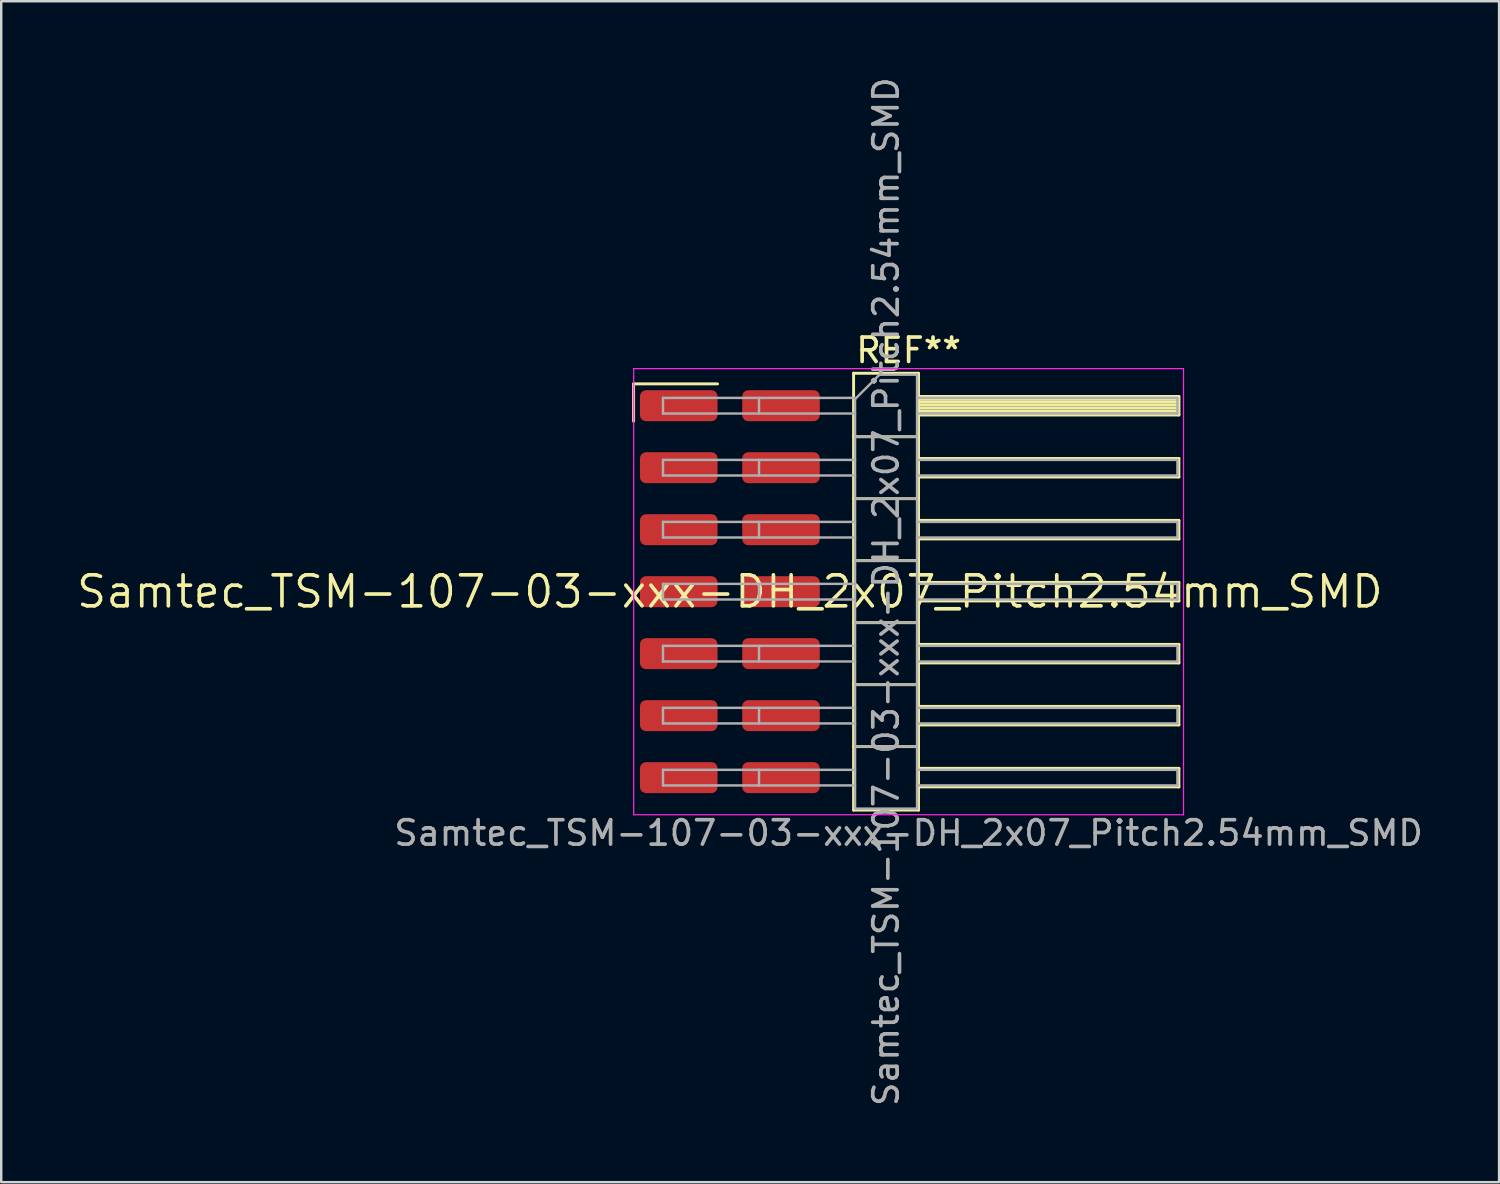
<source format=kicad_pcb>
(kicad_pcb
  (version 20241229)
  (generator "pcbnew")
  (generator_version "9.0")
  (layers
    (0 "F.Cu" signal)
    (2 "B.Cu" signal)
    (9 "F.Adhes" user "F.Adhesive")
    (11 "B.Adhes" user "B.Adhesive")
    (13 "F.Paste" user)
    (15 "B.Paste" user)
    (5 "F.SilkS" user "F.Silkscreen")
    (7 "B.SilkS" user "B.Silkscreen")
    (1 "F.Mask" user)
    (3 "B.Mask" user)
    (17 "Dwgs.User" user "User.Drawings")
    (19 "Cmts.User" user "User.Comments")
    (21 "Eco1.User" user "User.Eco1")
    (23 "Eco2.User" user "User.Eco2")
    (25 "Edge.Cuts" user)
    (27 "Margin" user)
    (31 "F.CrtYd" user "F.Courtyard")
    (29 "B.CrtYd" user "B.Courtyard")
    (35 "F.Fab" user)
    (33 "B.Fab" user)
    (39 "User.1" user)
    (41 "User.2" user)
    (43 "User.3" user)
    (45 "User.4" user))
  (footprint "Samtec_TSM-107-03-xxx-DH_2x07_Pitch2.54mm_SMD"
    (layer "F.Cu")
    (at 26.859 21.196)
    (property "Reference" "Samtec_TSM-107-03-xxx-DH_2x07_Pitch2.54mm_SMD" (at 0 0 0) (layer "F.SilkS") (effects (font (size 1.27 1.27) (thickness 0.15))))
    (attr smd)
    (fp_line (start -3.945 -8.515) (end -0.505 -8.515) (stroke (width 0.12) (type solid)) (layer "F.SilkS"))
    (fp_line (start -3.945 -6.985) (end -3.945 -8.515) (stroke (width 0.12) (type solid)) (layer "F.SilkS"))
    (fp_line (start 5.07 -8.95) (end 7.73 -8.95) (stroke (width 0.12) (type solid)) (layer "F.SilkS"))
    (fp_line (start 5.07 -6.35) (end 7.73 -6.35) (stroke (width 0.12) (type solid)) (layer "F.SilkS"))
    (fp_line (start 5.07 -3.81) (end 7.73 -3.81) (stroke (width 0.12) (type solid)) (layer "F.SilkS"))
    (fp_line (start 5.07 -1.27) (end 7.73 -1.27) (stroke (width 0.12) (type solid)) (layer "F.SilkS"))
    (fp_line (start 5.07 1.27) (end 7.73 1.27) (stroke (width 0.12) (type solid)) (layer "F.SilkS"))
    (fp_line (start 5.07 3.81) (end 7.73 3.81) (stroke (width 0.12) (type solid)) (layer "F.SilkS"))
    (fp_line (start 5.07 6.35) (end 7.73 6.35) (stroke (width 0.12) (type solid)) (layer "F.SilkS"))
    (fp_line (start 5.07 8.95) (end 5.07 -8.95) (stroke (width 0.12) (type solid)) (layer "F.SilkS"))
    (fp_line (start 7.73 -8.95) (end 7.73 8.95) (stroke (width 0.12) (type solid)) (layer "F.SilkS"))
    (fp_line (start 7.73 -8) (end 18.4 -8) (stroke (width 0.12) (type solid)) (layer "F.SilkS"))
    (fp_line (start 7.73 -7.88) (end 18.4 -7.88) (stroke (width 0.12) (type solid)) (layer "F.SilkS"))
    (fp_line (start 7.73 -7.76) (end 18.4 -7.76) (stroke (width 0.12) (type solid)) (layer "F.SilkS"))
    (fp_line (start 7.73 -7.64) (end 18.4 -7.64) (stroke (width 0.12) (type solid)) (layer "F.SilkS"))
    (fp_line (start 7.73 -7.52) (end 18.4 -7.52) (stroke (width 0.12) (type solid)) (layer "F.SilkS"))
    (fp_line (start 7.73 -7.4) (end 18.4 -7.4) (stroke (width 0.12) (type solid)) (layer "F.SilkS"))
    (fp_line (start 7.73 -7.28) (end 18.4 -7.28) (stroke (width 0.12) (type solid)) (layer "F.SilkS"))
    (fp_line (start 7.73 -7.24) (end 18.4 -7.24) (stroke (width 0.12) (type solid)) (layer "F.SilkS"))
    (fp_line (start 7.73 -5.46) (end 18.4 -5.46) (stroke (width 0.12) (type solid)) (layer "F.SilkS"))
    (fp_line (start 7.73 -4.7) (end 18.4 -4.7) (stroke (width 0.12) (type solid)) (layer "F.SilkS"))
    (fp_line (start 7.73 -2.92) (end 18.4 -2.92) (stroke (width 0.12) (type solid)) (layer "F.SilkS"))
    (fp_line (start 7.73 -2.16) (end 18.4 -2.16) (stroke (width 0.12) (type solid)) (layer "F.SilkS"))
    (fp_line (start 7.73 -0.38) (end 18.4 -0.38) (stroke (width 0.12) (type solid)) (layer "F.SilkS"))
    (fp_line (start 7.73 0.38) (end 18.4 0.38) (stroke (width 0.12) (type solid)) (layer "F.SilkS"))
    (fp_line (start 7.73 2.16) (end 18.4 2.16) (stroke (width 0.12) (type solid)) (layer "F.SilkS"))
    (fp_line (start 7.73 2.92) (end 18.4 2.92) (stroke (width 0.12) (type solid)) (layer "F.SilkS"))
    (fp_line (start 7.73 4.7) (end 18.4 4.7) (stroke (width 0.12) (type solid)) (layer "F.SilkS"))
    (fp_line (start 7.73 5.46) (end 18.4 5.46) (stroke (width 0.12) (type solid)) (layer "F.SilkS"))
    (fp_line (start 7.73 7.24) (end 18.4 7.24) (stroke (width 0.12) (type solid)) (layer "F.SilkS"))
    (fp_line (start 7.73 8) (end 18.4 8) (stroke (width 0.12) (type solid)) (layer "F.SilkS"))
    (fp_line (start 7.73 8.95) (end 5.07 8.95) (stroke (width 0.12) (type solid)) (layer "F.SilkS"))
    (fp_line (start 18.4 -8) (end 18.4 -7.24) (stroke (width 0.12) (type solid)) (layer "F.SilkS"))
    (fp_line (start 18.4 -5.46) (end 18.4 -4.7) (stroke (width 0.12) (type solid)) (layer "F.SilkS"))
    (fp_line (start 18.4 -2.92) (end 18.4 -2.16) (stroke (width 0.12) (type solid)) (layer "F.SilkS"))
    (fp_line (start 18.4 -0.38) (end 18.4 0.38) (stroke (width 0.12) (type solid)) (layer "F.SilkS"))
    (fp_line (start 18.4 2.16) (end 18.4 2.92) (stroke (width 0.12) (type solid)) (layer "F.SilkS"))
    (fp_line (start 18.4 4.7) (end 18.4 5.46) (stroke (width 0.12) (type solid)) (layer "F.SilkS"))
    (fp_line (start 18.4 7.24) (end 18.4 8) (stroke (width 0.12) (type solid)) (layer "F.SilkS"))
    (fp_line (start -3.94 -9.14) (end 18.59 -9.14) (stroke (width 0.05) (type solid)) (layer "F.CrtYd"))
    (fp_line (start -3.94 9.14) (end -3.94 -9.14) (stroke (width 0.05) (type solid)) (layer "F.CrtYd"))
    (fp_line (start 18.59 -9.14) (end 18.59 9.14) (stroke (width 0.05) (type solid)) (layer "F.CrtYd"))
    (fp_line (start 18.59 9.14) (end -3.94 9.14) (stroke (width 0.05) (type solid)) (layer "F.CrtYd"))
    (fp_line (start -2.74 -7.94) (end -2.74 -7.3) (stroke (width 0.1) (type solid)) (layer "F.Fab"))
    (fp_line (start -2.74 -7.94) (end 5.13 -7.94) (stroke (width 0.1) (type solid)) (layer "F.Fab"))
    (fp_line (start -2.74 -7.3) (end 5.13 -7.3) (stroke (width 0.1) (type solid)) (layer "F.Fab"))
    (fp_line (start -2.74 -5.4) (end -2.74 -4.76) (stroke (width 0.1) (type solid)) (layer "F.Fab"))
    (fp_line (start -2.74 -5.4) (end 5.13 -5.4) (stroke (width 0.1) (type solid)) (layer "F.Fab"))
    (fp_line (start -2.74 -4.76) (end 5.13 -4.76) (stroke (width 0.1) (type solid)) (layer "F.Fab"))
    (fp_line (start -2.74 -2.86) (end -2.74 -2.22) (stroke (width 0.1) (type solid)) (layer "F.Fab"))
    (fp_line (start -2.74 -2.86) (end 5.13 -2.86) (stroke (width 0.1) (type solid)) (layer "F.Fab"))
    (fp_line (start -2.74 -2.22) (end 5.13 -2.22) (stroke (width 0.1) (type solid)) (layer "F.Fab"))
    (fp_line (start -2.74 -0.32) (end -2.74 0.32) (stroke (width 0.1) (type solid)) (layer "F.Fab"))
    (fp_line (start -2.74 -0.32) (end 5.13 -0.32) (stroke (width 0.1) (type solid)) (layer "F.Fab"))
    (fp_line (start -2.74 0.32) (end 5.13 0.32) (stroke (width 0.1) (type solid)) (layer "F.Fab"))
    (fp_line (start -2.74 2.22) (end -2.74 2.86) (stroke (width 0.1) (type solid)) (layer "F.Fab"))
    (fp_line (start -2.74 2.22) (end 5.13 2.22) (stroke (width 0.1) (type solid)) (layer "F.Fab"))
    (fp_line (start -2.74 2.86) (end 5.13 2.86) (stroke (width 0.1) (type solid)) (layer "F.Fab"))
    (fp_line (start -2.74 4.76) (end -2.74 5.4) (stroke (width 0.1) (type solid)) (layer "F.Fab"))
    (fp_line (start -2.74 4.76) (end 5.13 4.76) (stroke (width 0.1) (type solid)) (layer "F.Fab"))
    (fp_line (start -2.74 5.4) (end 5.13 5.4) (stroke (width 0.1) (type solid)) (layer "F.Fab"))
    (fp_line (start -2.74 7.3) (end -2.74 7.94) (stroke (width 0.1) (type solid)) (layer "F.Fab"))
    (fp_line (start -2.74 7.3) (end 5.13 7.3) (stroke (width 0.1) (type solid)) (layer "F.Fab"))
    (fp_line (start -2.74 7.94) (end 5.13 7.94) (stroke (width 0.1) (type solid)) (layer "F.Fab"))
    (fp_line (start 1.195 -7.94) (end 1.195 -7.3) (stroke (width 0.1) (type solid)) (layer "F.Fab"))
    (fp_line (start 1.195 -5.4) (end 1.195 -4.76) (stroke (width 0.1) (type solid)) (layer "F.Fab"))
    (fp_line (start 1.195 -2.86) (end 1.195 -2.22) (stroke (width 0.1) (type solid)) (layer "F.Fab"))
    (fp_line (start 1.195 -0.32) (end 1.195 0.32) (stroke (width 0.1) (type solid)) (layer "F.Fab"))
    (fp_line (start 1.195 2.22) (end 1.195 2.86) (stroke (width 0.1) (type solid)) (layer "F.Fab"))
    (fp_line (start 1.195 4.76) (end 1.195 5.4) (stroke (width 0.1) (type solid)) (layer "F.Fab"))
    (fp_line (start 1.195 7.3) (end 1.195 7.94) (stroke (width 0.1) (type solid)) (layer "F.Fab"))
    (fp_line (start 5.13 -7.89) (end 6.13 -8.89) (stroke (width 0.1) (type solid)) (layer "F.Fab"))
    (fp_line (start 5.13 -6.35) (end 7.67 -6.35) (stroke (width 0.1) (type solid)) (layer "F.Fab"))
    (fp_line (start 5.13 -3.81) (end 7.67 -3.81) (stroke (width 0.1) (type solid)) (layer "F.Fab"))
    (fp_line (start 5.13 -1.27) (end 7.67 -1.27) (stroke (width 0.1) (type solid)) (layer "F.Fab"))
    (fp_line (start 5.13 1.27) (end 7.67 1.27) (stroke (width 0.1) (type solid)) (layer "F.Fab"))
    (fp_line (start 5.13 3.81) (end 7.67 3.81) (stroke (width 0.1) (type solid)) (layer "F.Fab"))
    (fp_line (start 5.13 6.35) (end 7.67 6.35) (stroke (width 0.1) (type solid)) (layer "F.Fab"))
    (fp_line (start 5.13 8.89) (end 5.13 -7.89) (stroke (width 0.1) (type solid)) (layer "F.Fab"))
    (fp_line (start 6.13 -8.89) (end 7.67 -8.89) (stroke (width 0.1) (type solid)) (layer "F.Fab"))
    (fp_line (start 7.67 -8.89) (end 7.67 8.89) (stroke (width 0.1) (type solid)) (layer "F.Fab"))
    (fp_line (start 7.67 -7.94) (end 18.34 -7.94) (stroke (width 0.1) (type solid)) (layer "F.Fab"))
    (fp_line (start 7.67 -7.3) (end 18.34 -7.3) (stroke (width 0.1) (type solid)) (layer "F.Fab"))
    (fp_line (start 7.67 -5.4) (end 18.34 -5.4) (stroke (width 0.1) (type solid)) (layer "F.Fab"))
    (fp_line (start 7.67 -4.76) (end 18.34 -4.76) (stroke (width 0.1) (type solid)) (layer "F.Fab"))
    (fp_line (start 7.67 -2.86) (end 18.34 -2.86) (stroke (width 0.1) (type solid)) (layer "F.Fab"))
    (fp_line (start 7.67 -2.22) (end 18.34 -2.22) (stroke (width 0.1) (type solid)) (layer "F.Fab"))
    (fp_line (start 7.67 -0.32) (end 18.34 -0.32) (stroke (width 0.1) (type solid)) (layer "F.Fab"))
    (fp_line (start 7.67 0.32) (end 18.34 0.32) (stroke (width 0.1) (type solid)) (layer "F.Fab"))
    (fp_line (start 7.67 2.22) (end 18.34 2.22) (stroke (width 0.1) (type solid)) (layer "F.Fab"))
    (fp_line (start 7.67 2.86) (end 18.34 2.86) (stroke (width 0.1) (type solid)) (layer "F.Fab"))
    (fp_line (start 7.67 4.76) (end 18.34 4.76) (stroke (width 0.1) (type solid)) (layer "F.Fab"))
    (fp_line (start 7.67 5.4) (end 18.34 5.4) (stroke (width 0.1) (type solid)) (layer "F.Fab"))
    (fp_line (start 7.67 7.3) (end 18.34 7.3) (stroke (width 0.1) (type solid)) (layer "F.Fab"))
    (fp_line (start 7.67 7.94) (end 18.34 7.94) (stroke (width 0.1) (type solid)) (layer "F.Fab"))
    (fp_line (start 7.67 8.89) (end 5.13 8.89) (stroke (width 0.1) (type solid)) (layer "F.Fab"))
    (fp_line (start 18.34 -7.94) (end 18.34 -7.3) (stroke (width 0.1) (type solid)) (layer "F.Fab"))
    (fp_line (start 18.34 -5.4) (end 18.34 -4.76) (stroke (width 0.1) (type solid)) (layer "F.Fab"))
    (fp_line (start 18.34 -2.86) (end 18.34 -2.22) (stroke (width 0.1) (type solid)) (layer "F.Fab"))
    (fp_line (start 18.34 -0.32) (end 18.34 0.32) (stroke (width 0.1) (type solid)) (layer "F.Fab"))
    (fp_line (start 18.34 2.22) (end 18.34 2.86) (stroke (width 0.1) (type solid)) (layer "F.Fab"))
    (fp_line (start 18.34 4.76) (end 18.34 5.4) (stroke (width 0.1) (type solid)) (layer "F.Fab"))
    (fp_line (start 18.34 7.3) (end 18.34 7.94) (stroke (width 0.1) (type solid)) (layer "F.Fab"))
    (fp_text user "REF**" (at 7.325 -9.89 0) (layer "F.SilkS") (effects (font (size 1 1) (thickness 0.15))))
    (fp_text user "Samtec_TSM-107-03-xxx-DH_2x07_Pitch2.54mm_SMD" (at 7.325 9.89 0) (layer "F.Fab") (effects (font (size 1 1) (thickness 0.15))))
    (fp_text user "${REFERENCE}" (at 6.4 0 90) (layer "F.Fab") (effects (font (size 1 1) (thickness 0.15))))
    (pad "1" smd roundrect (at -2.095 -7.62) (size 3.18 1.27) (layers "F.Cu" "F.Mask" "F.Paste") (roundrect_rratio 0.197))
    (pad "2" smd roundrect (at 2.095 -7.62) (size 3.18 1.27) (layers "F.Cu" "F.Mask" "F.Paste") (roundrect_rratio 0.197))
    (pad "3" smd roundrect (at -2.095 -5.08) (size 3.18 1.27) (layers "F.Cu" "F.Mask" "F.Paste") (roundrect_rratio 0.197))
    (pad "4" smd roundrect (at 2.095 -5.08) (size 3.18 1.27) (layers "F.Cu" "F.Mask" "F.Paste") (roundrect_rratio 0.197))
    (pad "5" smd roundrect (at -2.095 -2.54) (size 3.18 1.27) (layers "F.Cu" "F.Mask" "F.Paste") (roundrect_rratio 0.197))
    (pad "6" smd roundrect (at 2.095 -2.54) (size 3.18 1.27) (layers "F.Cu" "F.Mask" "F.Paste") (roundrect_rratio 0.197))
    (pad "7" smd roundrect (at -2.095 0) (size 3.18 1.27) (layers "F.Cu" "F.Mask" "F.Paste") (roundrect_rratio 0.197))
    (pad "8" smd roundrect (at 2.095 0) (size 3.18 1.27) (layers "F.Cu" "F.Mask" "F.Paste") (roundrect_rratio 0.197))
    (pad "9" smd roundrect (at -2.095 2.54) (size 3.18 1.27) (layers "F.Cu" "F.Mask" "F.Paste") (roundrect_rratio 0.197))
    (pad "10" smd roundrect (at 2.095 2.54) (size 3.18 1.27) (layers "F.Cu" "F.Mask" "F.Paste") (roundrect_rratio 0.197))
    (pad "11" smd roundrect (at -2.095 5.08) (size 3.18 1.27) (layers "F.Cu" "F.Mask" "F.Paste") (roundrect_rratio 0.197))
    (pad "12" smd roundrect (at 2.095 5.08) (size 3.18 1.27) (layers "F.Cu" "F.Mask" "F.Paste") (roundrect_rratio 0.197))
    (pad "13" smd roundrect (at -2.095 7.62) (size 3.18 1.27) (layers "F.Cu" "F.Mask" "F.Paste") (roundrect_rratio 0.197))
    (pad "14" smd roundrect (at 2.095 7.62) (size 3.18 1.27) (layers "F.Cu" "F.Mask" "F.Paste") (roundrect_rratio 0.197)))
  (gr_rect
    (start -3 -3)
    (end 58.38 45.393)
    (stroke (width 0.1) (type default))
    (fill no)
    (layer "Edge.Cuts")))
</source>
